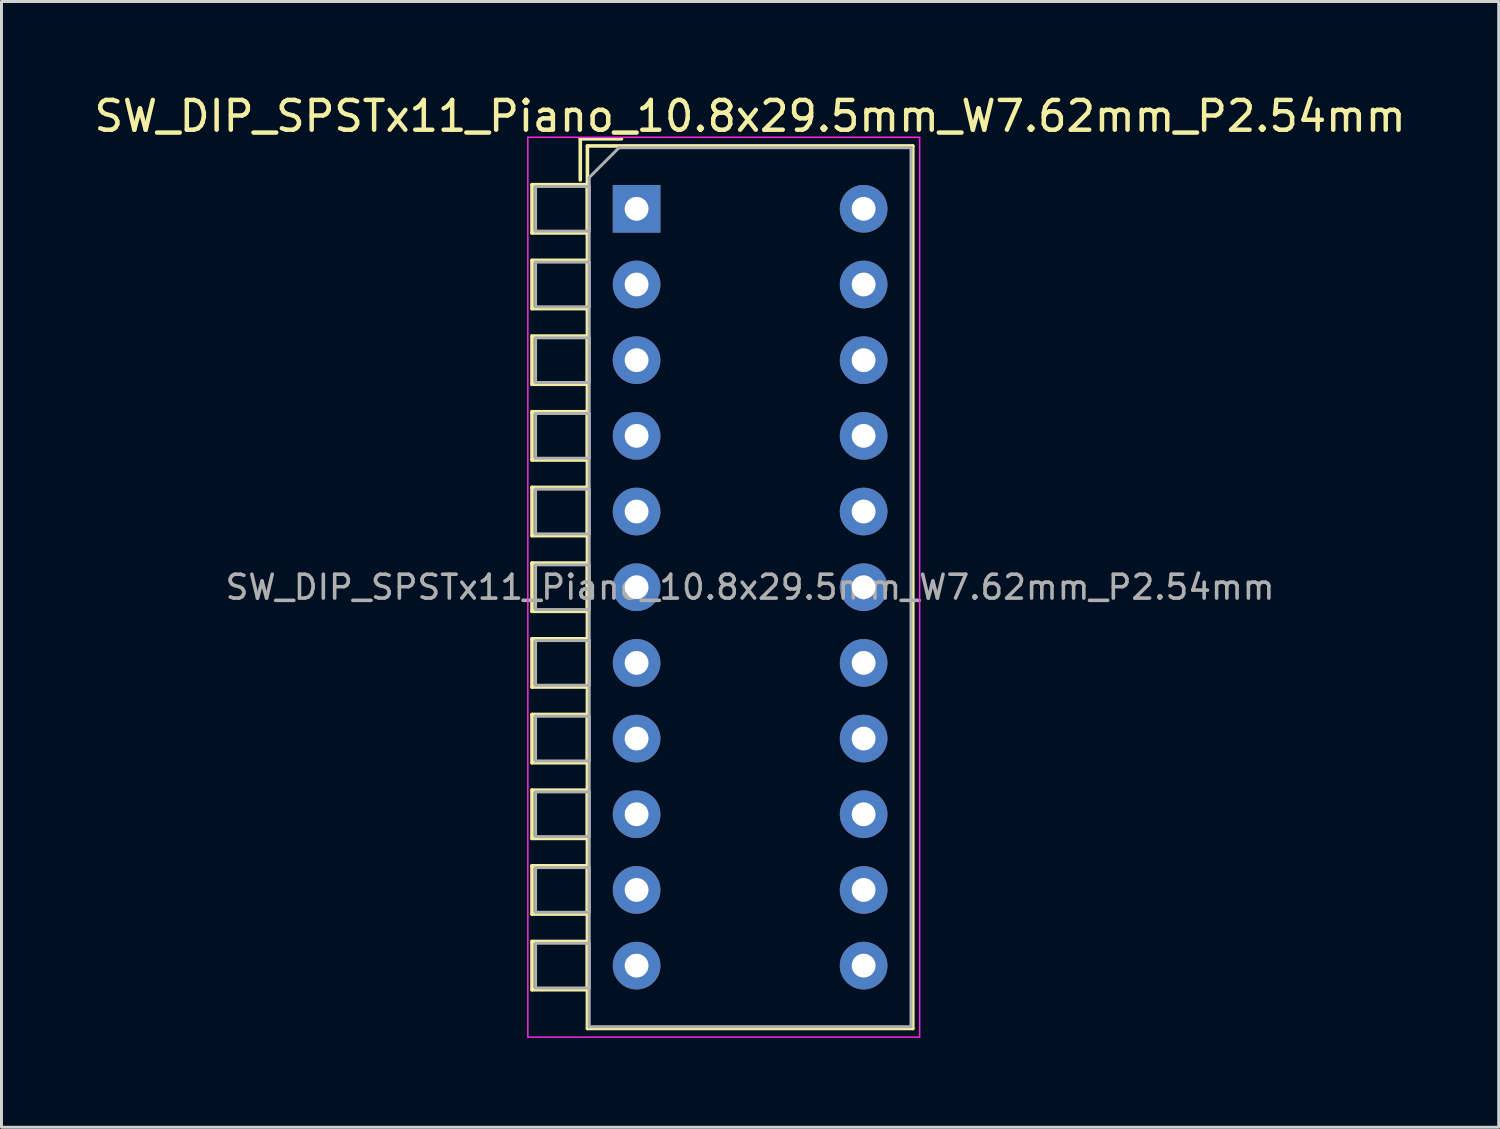
<source format=kicad_pcb>
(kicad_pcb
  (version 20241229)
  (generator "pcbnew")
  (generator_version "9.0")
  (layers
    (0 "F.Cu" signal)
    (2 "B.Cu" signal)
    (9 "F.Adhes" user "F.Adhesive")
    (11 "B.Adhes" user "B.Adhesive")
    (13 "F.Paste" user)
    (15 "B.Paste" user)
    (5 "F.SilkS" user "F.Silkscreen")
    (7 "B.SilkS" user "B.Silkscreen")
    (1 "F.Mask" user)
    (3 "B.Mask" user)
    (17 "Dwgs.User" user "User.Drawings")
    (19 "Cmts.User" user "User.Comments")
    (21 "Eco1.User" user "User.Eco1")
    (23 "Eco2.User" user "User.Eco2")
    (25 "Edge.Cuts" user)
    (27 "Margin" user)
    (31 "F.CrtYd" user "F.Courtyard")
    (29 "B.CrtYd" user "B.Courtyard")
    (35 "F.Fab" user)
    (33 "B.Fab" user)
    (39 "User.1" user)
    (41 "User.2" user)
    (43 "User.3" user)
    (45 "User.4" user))
  (footprint "SW_DIP_SPSTx11_Piano_10.8x29.5mm_W7.62mm_P2.54mm"
    (layer "F.Cu")
    (at 18.315 3.958)
    (property "Reference" "SW_DIP_SPSTx11_Piano_10.8x29.5mm_W7.62mm_P2.54mm" (at 3.81 -3.11 0) (layer "F.SilkS") (effects (font (size 1 1) (thickness 0.15))))
    (attr through_hole)
    (fp_line (start -3.51 -0.81) (end -3.51 0.81) (stroke (width 0.12) (type solid)) (layer "F.SilkS"))
    (fp_line (start -3.51 -0.81) (end -1.65 -0.81) (stroke (width 0.12) (type solid)) (layer "F.SilkS"))
    (fp_line (start -3.51 0.81) (end -1.65 0.81) (stroke (width 0.12) (type solid)) (layer "F.SilkS"))
    (fp_line (start -3.51 1.73) (end -3.51 3.35) (stroke (width 0.12) (type solid)) (layer "F.SilkS"))
    (fp_line (start -3.51 1.73) (end -1.65 1.73) (stroke (width 0.12) (type solid)) (layer "F.SilkS"))
    (fp_line (start -3.51 3.35) (end -1.65 3.35) (stroke (width 0.12) (type solid)) (layer "F.SilkS"))
    (fp_line (start -3.51 4.27) (end -3.51 5.89) (stroke (width 0.12) (type solid)) (layer "F.SilkS"))
    (fp_line (start -3.51 4.27) (end -1.65 4.27) (stroke (width 0.12) (type solid)) (layer "F.SilkS"))
    (fp_line (start -3.51 5.89) (end -1.65 5.89) (stroke (width 0.12) (type solid)) (layer "F.SilkS"))
    (fp_line (start -3.51 6.81) (end -3.51 8.43) (stroke (width 0.12) (type solid)) (layer "F.SilkS"))
    (fp_line (start -3.51 6.81) (end -1.65 6.81) (stroke (width 0.12) (type solid)) (layer "F.SilkS"))
    (fp_line (start -3.51 8.43) (end -1.65 8.43) (stroke (width 0.12) (type solid)) (layer "F.SilkS"))
    (fp_line (start -3.51 9.35) (end -3.51 10.97) (stroke (width 0.12) (type solid)) (layer "F.SilkS"))
    (fp_line (start -3.51 9.35) (end -1.65 9.35) (stroke (width 0.12) (type solid)) (layer "F.SilkS"))
    (fp_line (start -3.51 10.97) (end -1.65 10.97) (stroke (width 0.12) (type solid)) (layer "F.SilkS"))
    (fp_line (start -3.51 11.89) (end -3.51 13.51) (stroke (width 0.12) (type solid)) (layer "F.SilkS"))
    (fp_line (start -3.51 11.89) (end -1.65 11.89) (stroke (width 0.12) (type solid)) (layer "F.SilkS"))
    (fp_line (start -3.51 13.51) (end -1.65 13.51) (stroke (width 0.12) (type solid)) (layer "F.SilkS"))
    (fp_line (start -3.51 14.43) (end -3.51 16.05) (stroke (width 0.12) (type solid)) (layer "F.SilkS"))
    (fp_line (start -3.51 14.43) (end -1.65 14.43) (stroke (width 0.12) (type solid)) (layer "F.SilkS"))
    (fp_line (start -3.51 16.05) (end -1.65 16.05) (stroke (width 0.12) (type solid)) (layer "F.SilkS"))
    (fp_line (start -3.51 16.971) (end -3.51 18.591) (stroke (width 0.12) (type solid)) (layer "F.SilkS"))
    (fp_line (start -3.51 16.971) (end -1.65 16.971) (stroke (width 0.12) (type solid)) (layer "F.SilkS"))
    (fp_line (start -3.51 18.591) (end -1.65 18.591) (stroke (width 0.12) (type solid)) (layer "F.SilkS"))
    (fp_line (start -3.51 19.51) (end -3.51 21.131) (stroke (width 0.12) (type solid)) (layer "F.SilkS"))
    (fp_line (start -3.51 19.51) (end -1.65 19.51) (stroke (width 0.12) (type solid)) (layer "F.SilkS"))
    (fp_line (start -3.51 21.131) (end -1.65 21.131) (stroke (width 0.12) (type solid)) (layer "F.SilkS"))
    (fp_line (start -3.51 22.05) (end -3.51 23.67) (stroke (width 0.12) (type solid)) (layer "F.SilkS"))
    (fp_line (start -3.51 22.05) (end -1.65 22.05) (stroke (width 0.12) (type solid)) (layer "F.SilkS"))
    (fp_line (start -3.51 23.67) (end -1.65 23.67) (stroke (width 0.12) (type solid)) (layer "F.SilkS"))
    (fp_line (start -3.51 24.59) (end -3.51 26.21) (stroke (width 0.12) (type solid)) (layer "F.SilkS"))
    (fp_line (start -3.51 24.59) (end -1.65 24.59) (stroke (width 0.12) (type solid)) (layer "F.SilkS"))
    (fp_line (start -3.51 26.21) (end -1.65 26.21) (stroke (width 0.12) (type solid)) (layer "F.SilkS"))
    (fp_line (start -1.89 -2.35) (end -1.89 -0.967) (stroke (width 0.12) (type solid)) (layer "F.SilkS"))
    (fp_line (start -1.89 -2.35) (end -0.507 -2.35) (stroke (width 0.12) (type solid)) (layer "F.SilkS"))
    (fp_line (start -1.65 -2.11) (end -1.65 27.51) (stroke (width 0.12) (type solid)) (layer "F.SilkS"))
    (fp_line (start -1.65 -2.11) (end 9.27 -2.11) (stroke (width 0.12) (type solid)) (layer "F.SilkS"))
    (fp_line (start -1.65 -0.81) (end -1.65 0.81) (stroke (width 0.12) (type solid)) (layer "F.SilkS"))
    (fp_line (start -1.65 1.73) (end -1.65 3.35) (stroke (width 0.12) (type solid)) (layer "F.SilkS"))
    (fp_line (start -1.65 4.27) (end -1.65 5.89) (stroke (width 0.12) (type solid)) (layer "F.SilkS"))
    (fp_line (start -1.65 6.81) (end -1.65 8.43) (stroke (width 0.12) (type solid)) (layer "F.SilkS"))
    (fp_line (start -1.65 9.35) (end -1.65 10.97) (stroke (width 0.12) (type solid)) (layer "F.SilkS"))
    (fp_line (start -1.65 11.89) (end -1.65 13.51) (stroke (width 0.12) (type solid)) (layer "F.SilkS"))
    (fp_line (start -1.65 14.43) (end -1.65 16.05) (stroke (width 0.12) (type solid)) (layer "F.SilkS"))
    (fp_line (start -1.65 16.971) (end -1.65 18.591) (stroke (width 0.12) (type solid)) (layer "F.SilkS"))
    (fp_line (start -1.65 19.51) (end -1.65 21.131) (stroke (width 0.12) (type solid)) (layer "F.SilkS"))
    (fp_line (start -1.65 22.05) (end -1.65 23.67) (stroke (width 0.12) (type solid)) (layer "F.SilkS"))
    (fp_line (start -1.65 24.59) (end -1.65 26.21) (stroke (width 0.12) (type solid)) (layer "F.SilkS"))
    (fp_line (start -1.65 27.51) (end 9.27 27.51) (stroke (width 0.12) (type solid)) (layer "F.SilkS"))
    (fp_line (start 9.27 -2.11) (end 9.27 27.51) (stroke (width 0.12) (type solid)) (layer "F.SilkS"))
    (fp_line (start -3.65 -2.4) (end -3.65 27.8) (stroke (width 0.05) (type solid)) (layer "F.CrtYd"))
    (fp_line (start -3.65 27.8) (end 9.5 27.8) (stroke (width 0.05) (type solid)) (layer "F.CrtYd"))
    (fp_line (start 9.5 -2.4) (end -3.65 -2.4) (stroke (width 0.05) (type solid)) (layer "F.CrtYd"))
    (fp_line (start 9.5 27.8) (end 9.5 -2.4) (stroke (width 0.05) (type solid)) (layer "F.CrtYd"))
    (fp_line (start -3.39 -0.75) (end -1.59 -0.75) (stroke (width 0.1) (type solid)) (layer "F.Fab"))
    (fp_line (start -3.39 0.75) (end -3.39 -0.75) (stroke (width 0.1) (type solid)) (layer "F.Fab"))
    (fp_line (start -3.39 1.79) (end -1.59 1.79) (stroke (width 0.1) (type solid)) (layer "F.Fab"))
    (fp_line (start -3.39 3.29) (end -3.39 1.79) (stroke (width 0.1) (type solid)) (layer "F.Fab"))
    (fp_line (start -3.39 4.33) (end -1.59 4.33) (stroke (width 0.1) (type solid)) (layer "F.Fab"))
    (fp_line (start -3.39 5.83) (end -3.39 4.33) (stroke (width 0.1) (type solid)) (layer "F.Fab"))
    (fp_line (start -3.39 6.87) (end -1.59 6.87) (stroke (width 0.1) (type solid)) (layer "F.Fab"))
    (fp_line (start -3.39 8.37) (end -3.39 6.87) (stroke (width 0.1) (type solid)) (layer "F.Fab"))
    (fp_line (start -3.39 9.41) (end -1.59 9.41) (stroke (width 0.1) (type solid)) (layer "F.Fab"))
    (fp_line (start -3.39 10.91) (end -3.39 9.41) (stroke (width 0.1) (type solid)) (layer "F.Fab"))
    (fp_line (start -3.39 11.95) (end -1.59 11.95) (stroke (width 0.1) (type solid)) (layer "F.Fab"))
    (fp_line (start -3.39 13.45) (end -3.39 11.95) (stroke (width 0.1) (type solid)) (layer "F.Fab"))
    (fp_line (start -3.39 14.49) (end -1.59 14.49) (stroke (width 0.1) (type solid)) (layer "F.Fab"))
    (fp_line (start -3.39 15.99) (end -3.39 14.49) (stroke (width 0.1) (type solid)) (layer "F.Fab"))
    (fp_line (start -3.39 17.03) (end -1.59 17.03) (stroke (width 0.1) (type solid)) (layer "F.Fab"))
    (fp_line (start -3.39 18.53) (end -3.39 17.03) (stroke (width 0.1) (type solid)) (layer "F.Fab"))
    (fp_line (start -3.39 19.57) (end -1.59 19.57) (stroke (width 0.1) (type solid)) (layer "F.Fab"))
    (fp_line (start -3.39 21.07) (end -3.39 19.57) (stroke (width 0.1) (type solid)) (layer "F.Fab"))
    (fp_line (start -3.39 22.11) (end -1.59 22.11) (stroke (width 0.1) (type solid)) (layer "F.Fab"))
    (fp_line (start -3.39 23.61) (end -3.39 22.11) (stroke (width 0.1) (type solid)) (layer "F.Fab"))
    (fp_line (start -3.39 24.65) (end -1.59 24.65) (stroke (width 0.1) (type solid)) (layer "F.Fab"))
    (fp_line (start -3.39 26.15) (end -3.39 24.65) (stroke (width 0.1) (type solid)) (layer "F.Fab"))
    (fp_line (start -1.59 -1.05) (end -0.59 -2.05) (stroke (width 0.1) (type solid)) (layer "F.Fab"))
    (fp_line (start -1.59 -0.75) (end -1.59 0.75) (stroke (width 0.1) (type solid)) (layer "F.Fab"))
    (fp_line (start -1.59 0.75) (end -3.39 0.75) (stroke (width 0.1) (type solid)) (layer "F.Fab"))
    (fp_line (start -1.59 1.79) (end -1.59 3.29) (stroke (width 0.1) (type solid)) (layer "F.Fab"))
    (fp_line (start -1.59 3.29) (end -3.39 3.29) (stroke (width 0.1) (type solid)) (layer "F.Fab"))
    (fp_line (start -1.59 4.33) (end -1.59 5.83) (stroke (width 0.1) (type solid)) (layer "F.Fab"))
    (fp_line (start -1.59 5.83) (end -3.39 5.83) (stroke (width 0.1) (type solid)) (layer "F.Fab"))
    (fp_line (start -1.59 6.87) (end -1.59 8.37) (stroke (width 0.1) (type solid)) (layer "F.Fab"))
    (fp_line (start -1.59 8.37) (end -3.39 8.37) (stroke (width 0.1) (type solid)) (layer "F.Fab"))
    (fp_line (start -1.59 9.41) (end -1.59 10.91) (stroke (width 0.1) (type solid)) (layer "F.Fab"))
    (fp_line (start -1.59 10.91) (end -3.39 10.91) (stroke (width 0.1) (type solid)) (layer "F.Fab"))
    (fp_line (start -1.59 11.95) (end -1.59 13.45) (stroke (width 0.1) (type solid)) (layer "F.Fab"))
    (fp_line (start -1.59 13.45) (end -3.39 13.45) (stroke (width 0.1) (type solid)) (layer "F.Fab"))
    (fp_line (start -1.59 14.49) (end -1.59 15.99) (stroke (width 0.1) (type solid)) (layer "F.Fab"))
    (fp_line (start -1.59 15.99) (end -3.39 15.99) (stroke (width 0.1) (type solid)) (layer "F.Fab"))
    (fp_line (start -1.59 17.03) (end -1.59 18.53) (stroke (width 0.1) (type solid)) (layer "F.Fab"))
    (fp_line (start -1.59 18.53) (end -3.39 18.53) (stroke (width 0.1) (type solid)) (layer "F.Fab"))
    (fp_line (start -1.59 19.57) (end -1.59 21.07) (stroke (width 0.1) (type solid)) (layer "F.Fab"))
    (fp_line (start -1.59 21.07) (end -3.39 21.07) (stroke (width 0.1) (type solid)) (layer "F.Fab"))
    (fp_line (start -1.59 22.11) (end -1.59 23.61) (stroke (width 0.1) (type solid)) (layer "F.Fab"))
    (fp_line (start -1.59 23.61) (end -3.39 23.61) (stroke (width 0.1) (type solid)) (layer "F.Fab"))
    (fp_line (start -1.59 24.65) (end -1.59 26.15) (stroke (width 0.1) (type solid)) (layer "F.Fab"))
    (fp_line (start -1.59 26.15) (end -3.39 26.15) (stroke (width 0.1) (type solid)) (layer "F.Fab"))
    (fp_line (start -1.59 27.45) (end -1.59 -1.05) (stroke (width 0.1) (type solid)) (layer "F.Fab"))
    (fp_line (start -0.59 -2.05) (end 9.21 -2.05) (stroke (width 0.1) (type solid)) (layer "F.Fab"))
    (fp_line (start 9.21 -2.05) (end 9.21 27.45) (stroke (width 0.1) (type solid)) (layer "F.Fab"))
    (fp_line (start 9.21 27.45) (end -1.59 27.45) (stroke (width 0.1) (type solid)) (layer "F.Fab"))
    (fp_text user "${REFERENCE}" (at 3.81 12.7 0) (layer "F.Fab") (effects (font (size 0.8 0.8) (thickness 0.12))))
    (pad "1" thru_hole rect (at 0 0) (size 1.6 1.6) (drill 0.8) (layers "*.Cu" "*.Mask"))
    (pad "2" thru_hole oval (at 0 2.54) (size 1.6 1.6) (drill 0.8) (layers "*.Cu" "*.Mask"))
    (pad "3" thru_hole oval (at 0 5.08) (size 1.6 1.6) (drill 0.8) (layers "*.Cu" "*.Mask"))
    (pad "4" thru_hole oval (at 0 7.62) (size 1.6 1.6) (drill 0.8) (layers "*.Cu" "*.Mask"))
    (pad "5" thru_hole oval (at 0 10.16) (size 1.6 1.6) (drill 0.8) (layers "*.Cu" "*.Mask"))
    (pad "6" thru_hole oval (at 0 12.7) (size 1.6 1.6) (drill 0.8) (layers "*.Cu" "*.Mask"))
    (pad "7" thru_hole oval (at 0 15.24) (size 1.6 1.6) (drill 0.8) (layers "*.Cu" "*.Mask"))
    (pad "8" thru_hole oval (at 0 17.78) (size 1.6 1.6) (drill 0.8) (layers "*.Cu" "*.Mask"))
    (pad "9" thru_hole oval (at 0 20.32) (size 1.6 1.6) (drill 0.8) (layers "*.Cu" "*.Mask"))
    (pad "10" thru_hole oval (at 0 22.86) (size 1.6 1.6) (drill 0.8) (layers "*.Cu" "*.Mask"))
    (pad "11" thru_hole oval (at 0 25.4) (size 1.6 1.6) (drill 0.8) (layers "*.Cu" "*.Mask"))
    (pad "12" thru_hole oval (at 7.62 25.4) (size 1.6 1.6) (drill 0.8) (layers "*.Cu" "*.Mask"))
    (pad "13" thru_hole oval (at 7.62 22.86) (size 1.6 1.6) (drill 0.8) (layers "*.Cu" "*.Mask"))
    (pad "14" thru_hole oval (at 7.62 20.32) (size 1.6 1.6) (drill 0.8) (layers "*.Cu" "*.Mask"))
    (pad "15" thru_hole oval (at 7.62 17.78) (size 1.6 1.6) (drill 0.8) (layers "*.Cu" "*.Mask"))
    (pad "16" thru_hole oval (at 7.62 15.24) (size 1.6 1.6) (drill 0.8) (layers "*.Cu" "*.Mask"))
    (pad "17" thru_hole oval (at 7.62 12.7) (size 1.6 1.6) (drill 0.8) (layers "*.Cu" "*.Mask"))
    (pad "18" thru_hole oval (at 7.62 10.16) (size 1.6 1.6) (drill 0.8) (layers "*.Cu" "*.Mask"))
    (pad "19" thru_hole oval (at 7.62 7.62) (size 1.6 1.6) (drill 0.8) (layers "*.Cu" "*.Mask"))
    (pad "20" thru_hole oval (at 7.62 5.08) (size 1.6 1.6) (drill 0.8) (layers "*.Cu" "*.Mask"))
    (pad "21" thru_hole oval (at 7.62 2.54) (size 1.6 1.6) (drill 0.8) (layers "*.Cu" "*.Mask"))
    (pad "22" thru_hole oval (at 7.62 0) (size 1.6 1.6) (drill 0.8) (layers "*.Cu" "*.Mask")))
  (gr_rect
    (start -3 -3)
    (end 47.25 34.783)
    (stroke (width 0.1) (type default))
    (fill no)
    (layer "Edge.Cuts")))
</source>
